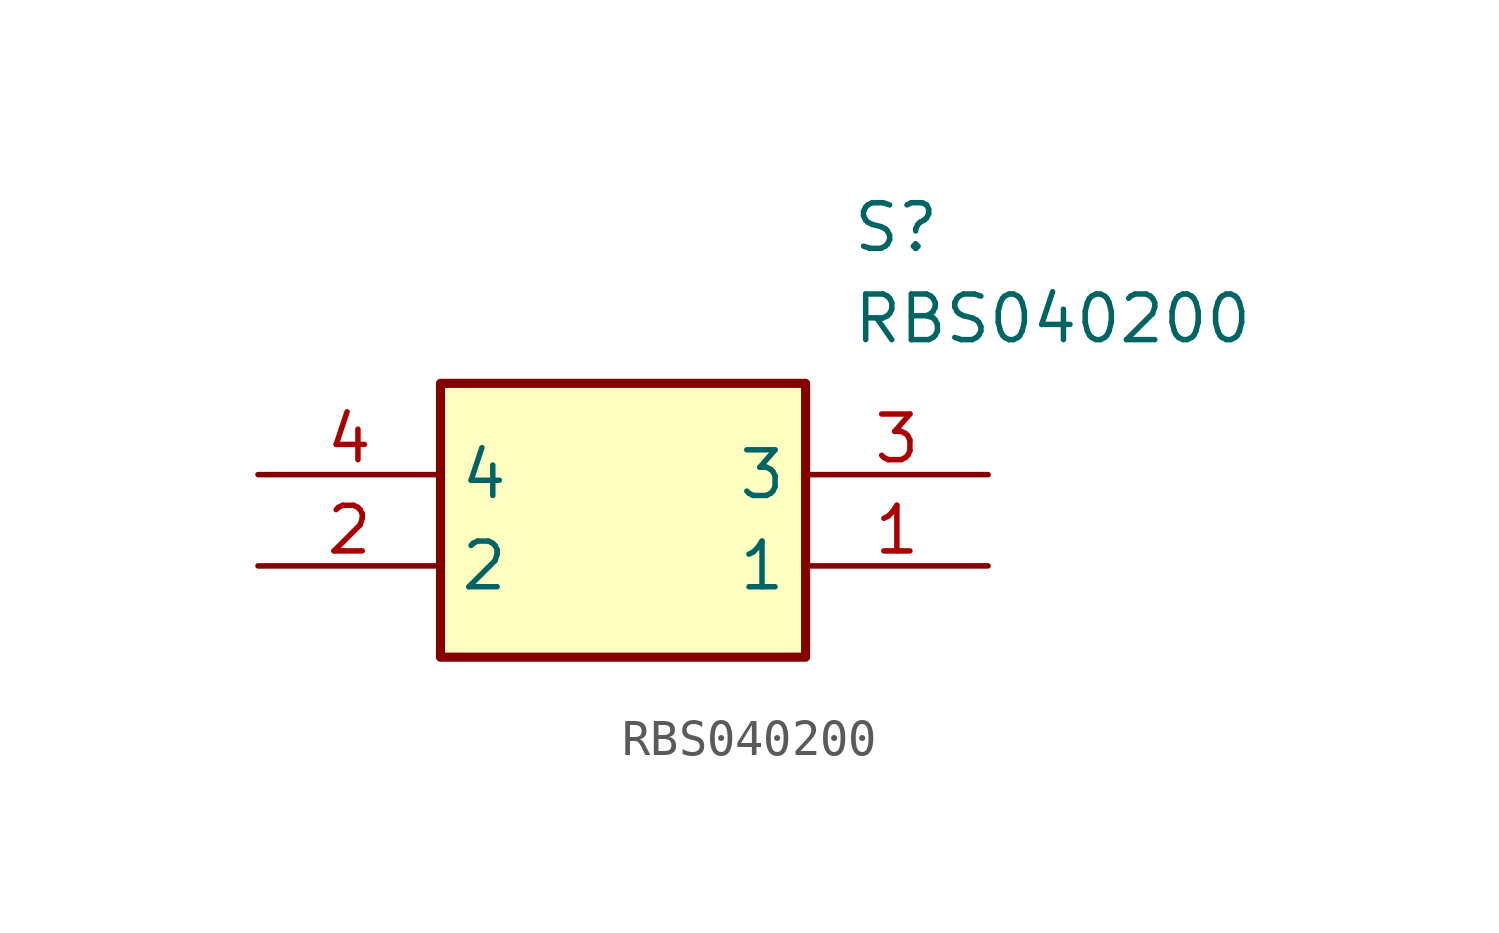
<source format=kicad_sym>
(kicad_symbol_lib
  (version 20211014)
  (generator SamacSys_ECAD_Model)
  (symbol "RBS040200"
    (property "Reference" "S"
      (at 16.51 7.62 0)
      (effects (font (size 1.27 1.27)) (justify left top)))
    (property "Value" "RBS040200"
      (at 16.51 5.08 0)
      (effects (font (size 1.27 1.27)) (justify left top)))
    (rectangle
      (start 5.08 2.54)
      (end 15.24 -5.08)
      (stroke (width 0.254) (type default))
      (fill (type background)))
    (pin passive line
      (at 20.32 -2.54 180)
      (length 5.08)
      (name "1" (effects (font (size 1.27 1.27))))
      (number "1" (effects (font (size 1.27 1.27)))))
    (pin passive line
      (at 0 -2.54 0)
      (length 5.08)
      (name "2" (effects (font (size 1.27 1.27))))
      (number "2" (effects (font (size 1.27 1.27)))))
    (pin passive line
      (at 20.32 0 180)
      (length 5.08)
      (name "3" (effects (font (size 1.27 1.27))))
      (number "3" (effects (font (size 1.27 1.27)))))
    (pin passive line
      (at 0 0 0)
      (length 5.08)
      (name "4" (effects (font (size 1.27 1.27))))
      (number "4" (effects (font (size 1.27 1.27)))))))
</source>
